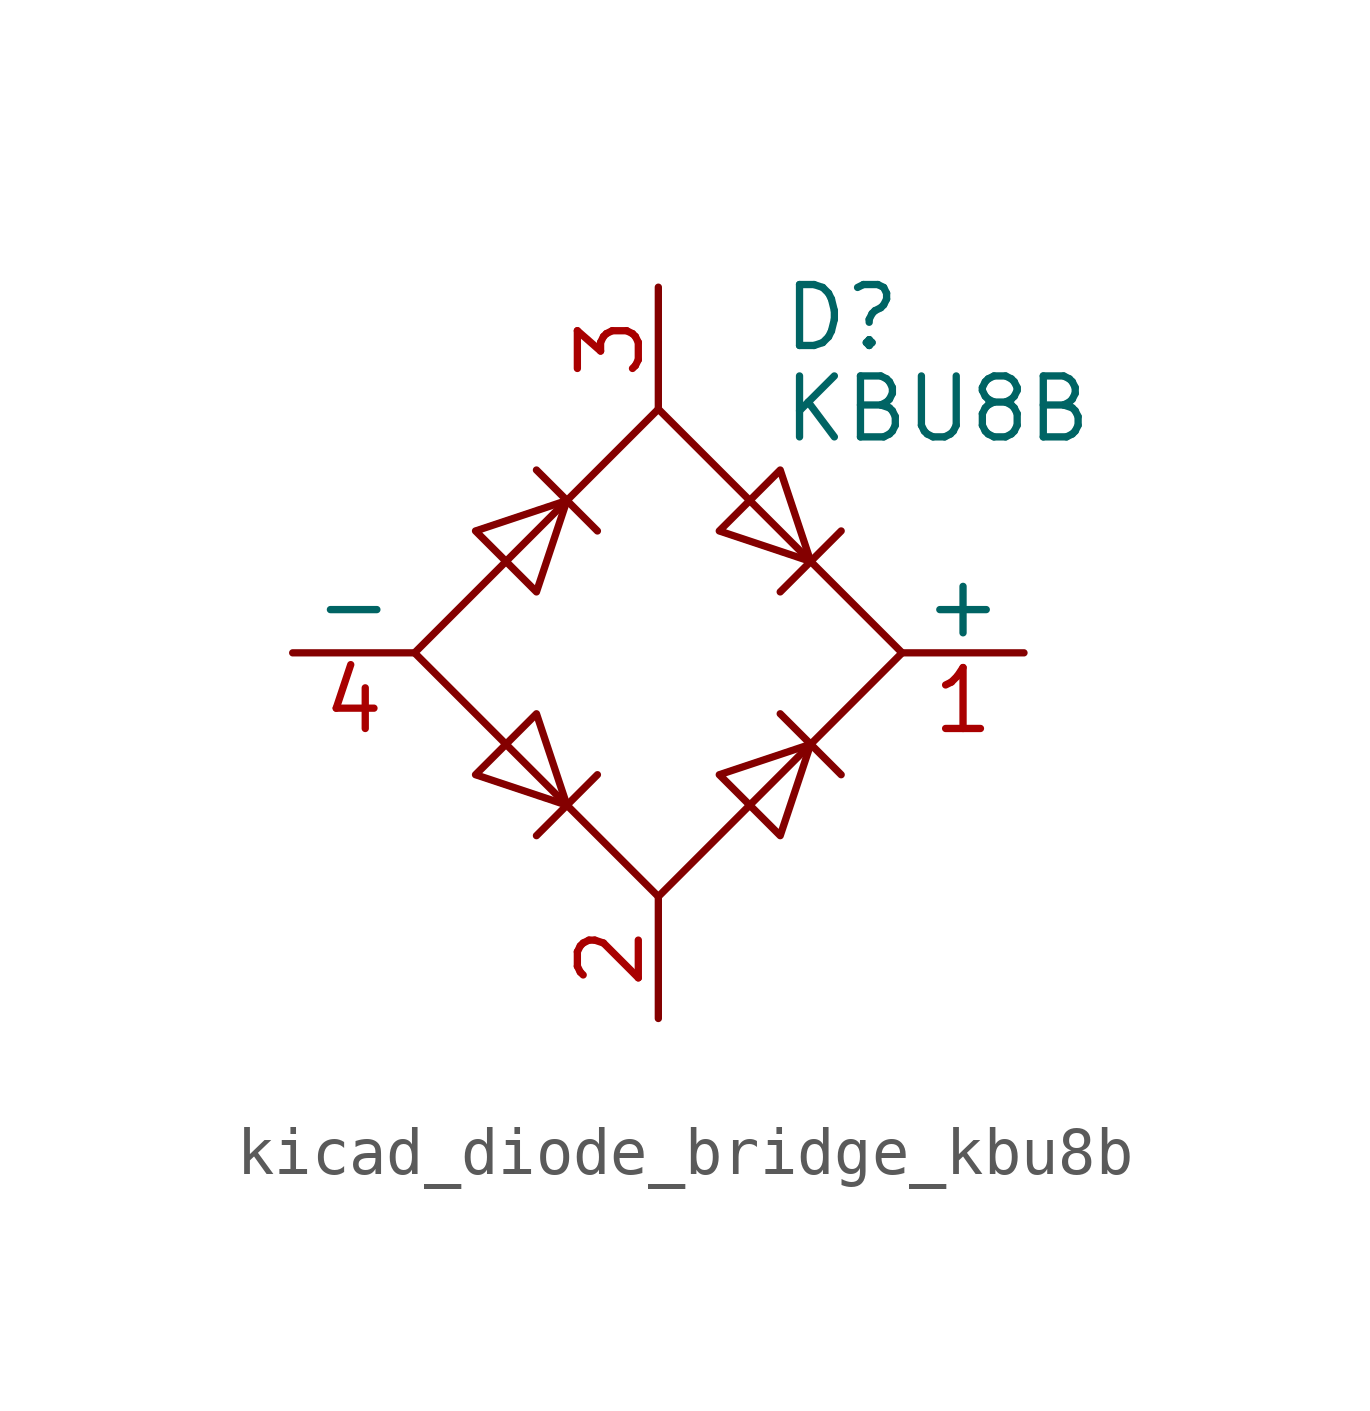
<source format=kicad_sym>
(kicad_symbol_lib
  (version 20220914)
  (generator kicad_symbol_editor)
  (symbol "kicad_diode_bridge_kbu8b"
    (pin_names
      (offset 0))
    (property "Reference" "D"
      (at 2.54 6.985 0)
      (effects (font (size 1.27 1.27)) (justify left)))
    (property "Value" "KBU8B"
      (at 2.54 5.08 0)
      (effects (font (size 1.27 1.27)) (justify left)))
    (symbol "kicad_diode_bridge_kbu8b_0_1"
      (polyline (pts (xy -2.54 3.81) (xy -1.27 2.54)) (stroke (width 0) (type default)) (fill (type none)))
      (polyline (pts (xy -1.27 -2.54) (xy -2.54 -3.81)) (stroke (width 0) (type default)) (fill (type none)))
      (polyline (pts (xy 2.54 -1.27) (xy 3.81 -2.54)) (stroke (width 0) (type default)) (fill (type none)))
      (polyline (pts (xy 2.54 1.27) (xy 3.81 2.54)) (stroke (width 0) (type default)) (fill (type none)))
      (polyline (pts (xy -3.81 2.54) (xy -2.54 1.27) (xy -1.905 3.175) (xy -3.81 2.54)) (stroke (width 0) (type default)) (fill (type none)))
      (polyline (pts (xy -2.54 -1.27) (xy -3.81 -2.54) (xy -1.905 -3.175) (xy -2.54 -1.27)) (stroke (width 0) (type default)) (fill (type none)))
      (polyline (pts (xy 1.27 2.54) (xy 2.54 3.81) (xy 3.175 1.905) (xy 1.27 2.54)) (stroke (width 0) (type default)) (fill (type none)))
      (polyline (pts (xy 3.175 -1.905) (xy 1.27 -2.54) (xy 2.54 -3.81) (xy 3.175 -1.905)) (stroke (width 0) (type default)) (fill (type none)))
      (polyline (pts (xy -5.08 0) (xy 0 -5.08) (xy 5.08 0) (xy 0 5.08) (xy -5.08 0)) (stroke (width 0) (type default)) (fill (type none))))
    (symbol "kicad_diode_bridge_kbu8b_1_1"
      (pin passive line (at 7.62 0 180) (length 2.54) (name "+" (effects (font (size 1.27 1.27)))) (number "1" (effects (font (size 1.27 1.27)))))
      (pin passive line (at 0 -7.62 90) (length 2.54) (name "~" (effects (font (size 1.27 1.27)))) (number "2" (effects (font (size 1.27 1.27)))))
      (pin passive line (at 0 7.62 270) (length 2.54) (name "~" (effects (font (size 1.27 1.27)))) (number "3" (effects (font (size 1.27 1.27)))))
      (pin passive line (at -7.62 0 0) (length 2.54) (name "-" (effects (font (size 1.27 1.27)))) (number "4" (effects (font (size 1.27 1.27))))))))
</source>
